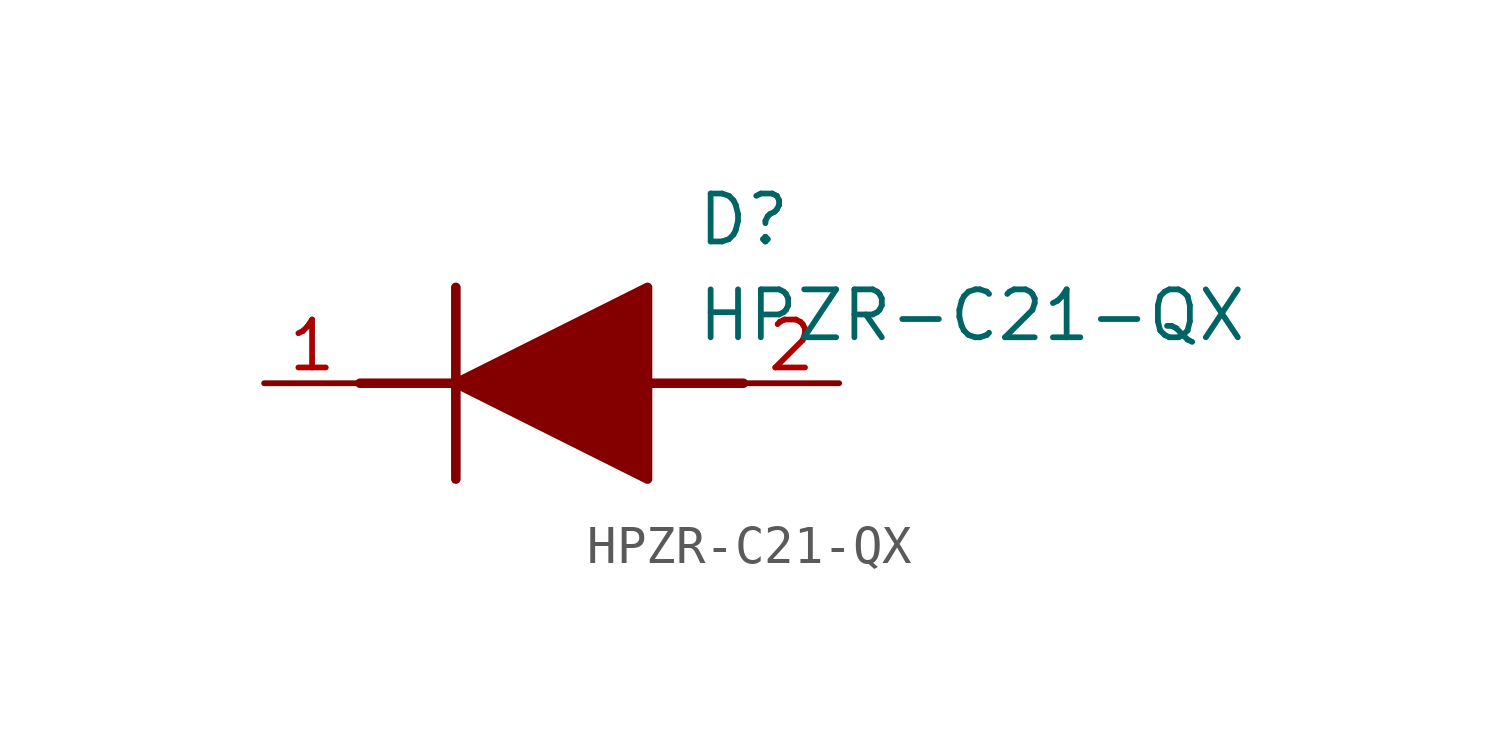
<source format=kicad_sym>
(kicad_symbol_lib
  (version 20211014)
  (generator SamacSys_ECAD_Model)
  (symbol "HPZR-C21-QX"
    (pin_names hide)
    (property "Reference" "D"
      (at 11.43 5.08 0)
      (effects (font (size 1.27 1.27)) (justify left top)))
    (property "Value" "HPZR-C21-QX"
      (at 11.43 2.54 0)
      (effects (font (size 1.27 1.27)) (justify left top)))
    (polyline
      (pts (xy 5.08 2.54) (xy 5.08 -2.54))
      (stroke (width 0.254) (type default))
      (fill (type none)))
    (polyline
      (pts (xy 2.54 0) (xy 5.08 0))
      (stroke (width 0.254) (type default))
      (fill (type none)))
    (polyline
      (pts (xy 10.16 0) (xy 12.7 0))
      (stroke (width 0.254) (type default))
      (fill (type none)))
    (polyline
      (pts (xy 5.08 0) (xy 10.16 2.54) (xy 10.16 -2.54) (xy 5.08 0))
      (stroke (width 0.254) (type default))
      (fill (type outline)))
    (pin passive line
      (at 0 0 0)
      (length 2.54)
      (name "K" (effects (font (size 1.27 1.27))))
      (number "1" (effects (font (size 1.27 1.27)))))
    (pin passive line
      (at 15.24 0 180)
      (length 2.54)
      (name "A" (effects (font (size 1.27 1.27))))
      (number "2" (effects (font (size 1.27 1.27)))))))
</source>
